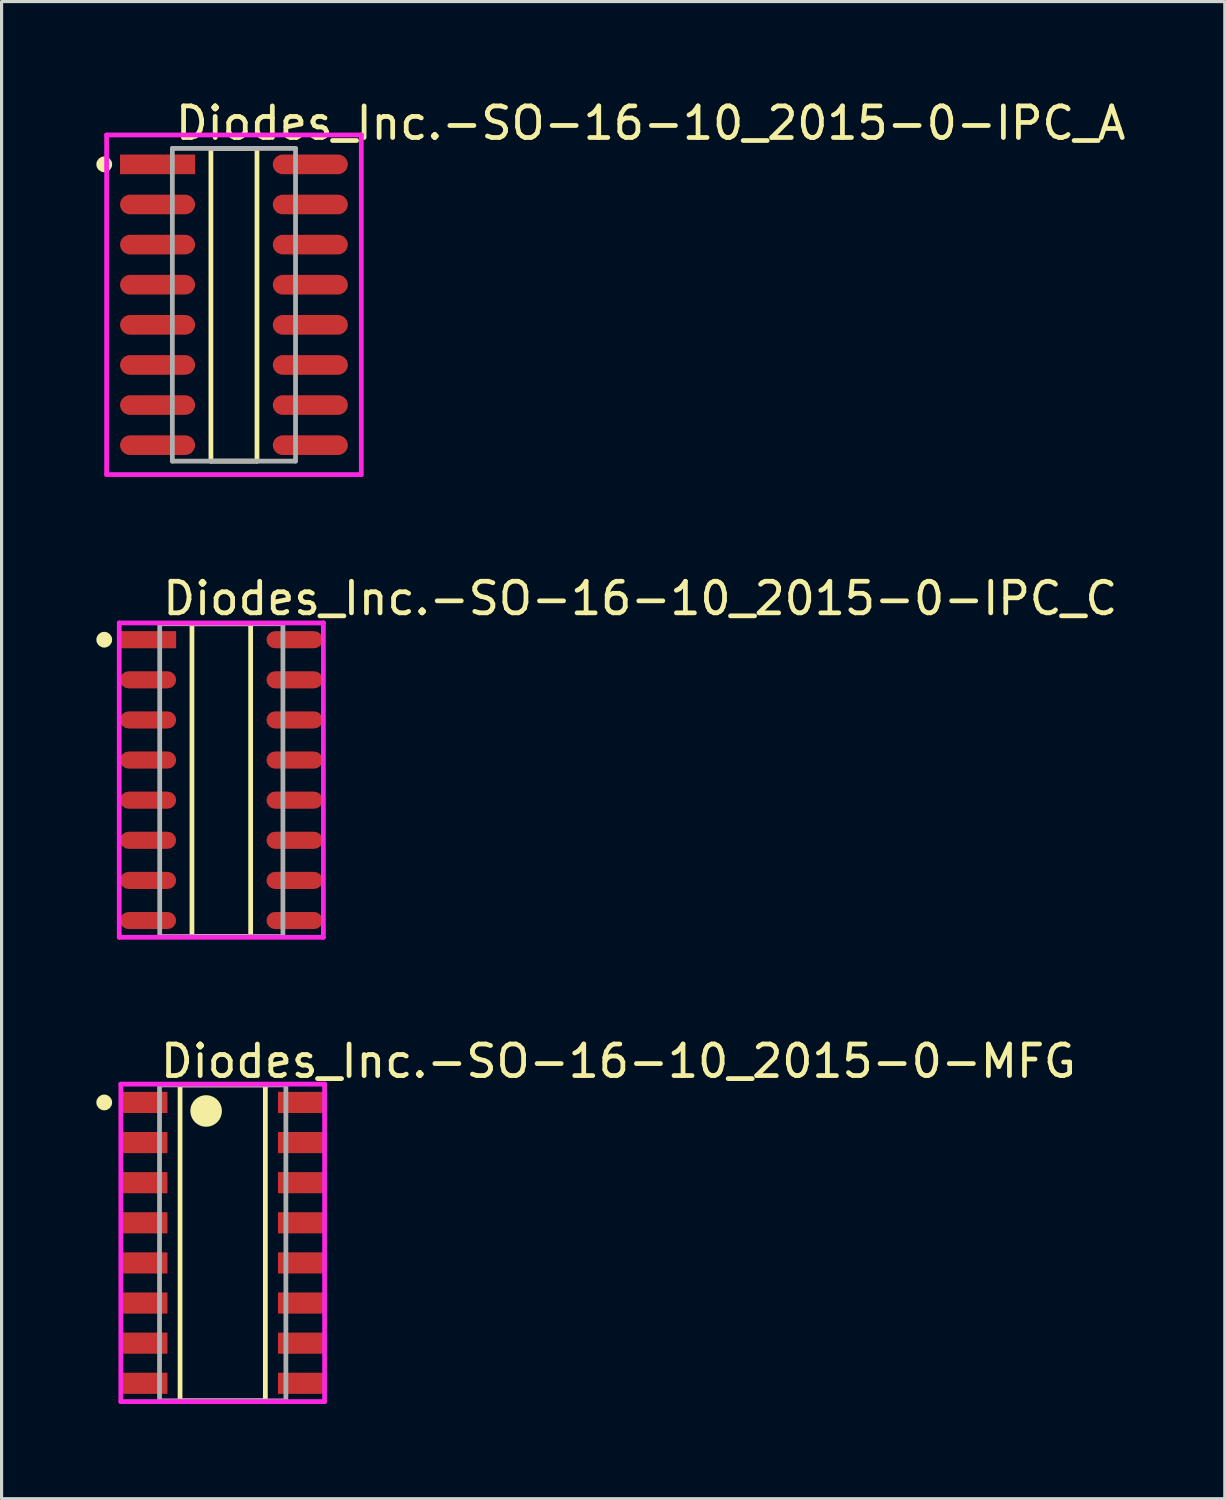
<source format=kicad_pcb>
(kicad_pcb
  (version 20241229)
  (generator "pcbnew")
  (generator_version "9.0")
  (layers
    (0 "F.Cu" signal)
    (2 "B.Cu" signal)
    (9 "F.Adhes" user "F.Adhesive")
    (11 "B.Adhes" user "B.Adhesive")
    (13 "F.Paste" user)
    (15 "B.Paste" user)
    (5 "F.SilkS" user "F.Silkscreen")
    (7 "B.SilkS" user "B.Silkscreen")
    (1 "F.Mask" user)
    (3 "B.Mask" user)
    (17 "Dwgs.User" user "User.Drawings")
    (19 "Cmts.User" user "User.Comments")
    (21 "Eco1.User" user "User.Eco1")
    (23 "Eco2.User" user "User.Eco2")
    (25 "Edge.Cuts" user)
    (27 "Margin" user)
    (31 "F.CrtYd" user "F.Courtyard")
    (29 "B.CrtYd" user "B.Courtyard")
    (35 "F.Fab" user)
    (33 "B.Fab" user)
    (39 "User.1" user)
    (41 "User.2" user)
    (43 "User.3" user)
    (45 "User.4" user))
  (footprint "Diodes_Inc.-SO-16-10_2015-0-IPC_C"
    (layer "F.Cu")
    (at 3.956 21.646)
    (property "Reference" "Diodes_Inc.-SO-16-10_2015-0-IPC_C" (at -1.931 -5.75 0) (layer "F.SilkS") (effects (font (size 1 1) (thickness 0.15)) (justify left)))
    (attr through_hole)
    (fp_line (start -0.929 -4.95) (end 0.929 -4.95) (stroke (width 0.15) (type solid)) (layer "F.SilkS"))
    (fp_line (start -0.929 4.95) (end -0.929 -4.95) (stroke (width 0.15) (type solid)) (layer "F.SilkS"))
    (fp_line (start 0.929 -4.95) (end 0.929 4.95) (stroke (width 0.15) (type solid)) (layer "F.SilkS"))
    (fp_line (start 0.929 4.95) (end -0.929 4.95) (stroke (width 0.15) (type solid)) (layer "F.SilkS"))
    (fp_circle (center -3.706 -4.445) (end -3.581 -4.445) (stroke (width 0.25) (type solid)) (fill no) (layer "F.SilkS"))
    (fp_line (start -3.231 -4.975) (end -3.231 4.975) (stroke (width 0.15) (type solid)) (layer "F.CrtYd"))
    (fp_line (start -3.231 4.975) (end 3.231 4.975) (stroke (width 0.15) (type solid)) (layer "F.CrtYd"))
    (fp_line (start 3.231 -4.975) (end -3.231 -4.975) (stroke (width 0.15) (type solid)) (layer "F.CrtYd"))
    (fp_line (start 3.231 -4.975) (end 3.231 -4.975) (stroke (width 0.15) (type solid)) (layer "F.CrtYd"))
    (fp_line (start 3.231 4.975) (end 3.231 -4.975) (stroke (width 0.15) (type solid)) (layer "F.CrtYd"))
    (fp_line (start -1.95 -4.95) (end 1.95 -4.95) (stroke (width 0.15) (type solid)) (layer "F.Fab"))
    (fp_line (start -1.95 4.95) (end -1.95 -4.95) (stroke (width 0.15) (type solid)) (layer "F.Fab"))
    (fp_line (start 1.95 -4.95) (end 1.95 4.95) (stroke (width 0.15) (type solid)) (layer "F.Fab"))
    (fp_line (start 1.95 4.95) (end -1.95 4.95) (stroke (width 0.15) (type solid)) (layer "F.Fab"))
    (pad "1" smd rect (at -2.318 -4.445) (size 1.777 0.542) (layers "F.Cu" "F.Mask" "F.Paste"))
    (pad "2" smd roundrect (at -2.318 -3.175) (size 1.777 0.542) (layers "F.Cu" "F.Mask" "F.Paste") (roundrect_rratio 0.5))
    (pad "3" smd roundrect (at -2.318 -1.905) (size 1.777 0.542) (layers "F.Cu" "F.Mask" "F.Paste") (roundrect_rratio 0.5))
    (pad "4" smd roundrect (at -2.318 -0.635) (size 1.777 0.542) (layers "F.Cu" "F.Mask" "F.Paste") (roundrect_rratio 0.5))
    (pad "5" smd roundrect (at -2.318 0.635) (size 1.777 0.542) (layers "F.Cu" "F.Mask" "F.Paste") (roundrect_rratio 0.5))
    (pad "6" smd roundrect (at -2.318 1.905) (size 1.777 0.542) (layers "F.Cu" "F.Mask" "F.Paste") (roundrect_rratio 0.5))
    (pad "7" smd roundrect (at -2.318 3.175) (size 1.777 0.542) (layers "F.Cu" "F.Mask" "F.Paste") (roundrect_rratio 0.5))
    (pad "8" smd roundrect (at -2.318 4.445) (size 1.777 0.542) (layers "F.Cu" "F.Mask" "F.Paste") (roundrect_rratio 0.5))
    (pad "9" smd roundrect (at 2.318 4.445) (size 1.777 0.542) (layers "F.Cu" "F.Mask" "F.Paste") (roundrect_rratio 0.5))
    (pad "10" smd roundrect (at 2.318 3.175) (size 1.777 0.542) (layers "F.Cu" "F.Mask" "F.Paste") (roundrect_rratio 0.5))
    (pad "11" smd roundrect (at 2.318 1.905) (size 1.777 0.542) (layers "F.Cu" "F.Mask" "F.Paste") (roundrect_rratio 0.5))
    (pad "12" smd roundrect (at 2.318 0.635) (size 1.777 0.542) (layers "F.Cu" "F.Mask" "F.Paste") (roundrect_rratio 0.5))
    (pad "13" smd roundrect (at 2.318 -0.635) (size 1.777 0.542) (layers "F.Cu" "F.Mask" "F.Paste") (roundrect_rratio 0.5))
    (pad "14" smd roundrect (at 2.318 -1.905) (size 1.777 0.542) (layers "F.Cu" "F.Mask" "F.Paste") (roundrect_rratio 0.5))
    (pad "15" smd roundrect (at 2.318 -3.175) (size 1.777 0.542) (layers "F.Cu" "F.Mask" "F.Paste") (roundrect_rratio 0.5))
    (pad "16" smd roundrect (at 2.318 -4.445) (size 1.777 0.542) (layers "F.Cu" "F.Mask" "F.Paste") (roundrect_rratio 0.5)))
  (footprint "Diodes_Inc.-SO-16-10_2015-0-IPC_A"
    (layer "F.Cu")
    (at 4.356 6.598)
    (property "Reference" "Diodes_Inc.-SO-16-10_2015-0-IPC_A" (at -1.931 -5.75 0) (layer "F.SilkS") (effects (font (size 1 1) (thickness 0.15)) (justify left)))
    (attr through_hole)
    (fp_line (start -0.729 -4.95) (end 0.729 -4.95) (stroke (width 0.15) (type solid)) (layer "F.SilkS"))
    (fp_line (start -0.729 4.95) (end -0.729 -4.95) (stroke (width 0.15) (type solid)) (layer "F.SilkS"))
    (fp_line (start 0.729 -4.95) (end 0.729 4.95) (stroke (width 0.15) (type solid)) (layer "F.SilkS"))
    (fp_line (start 0.729 4.95) (end -0.729 4.95) (stroke (width 0.15) (type solid)) (layer "F.SilkS"))
    (fp_circle (center -4.106 -4.445) (end -3.981 -4.445) (stroke (width 0.25) (type solid)) (fill no) (layer "F.SilkS"))
    (fp_line (start -4.031 -5.375) (end -4.031 5.375) (stroke (width 0.15) (type solid)) (layer "F.CrtYd"))
    (fp_line (start -4.031 5.375) (end 4.031 5.375) (stroke (width 0.15) (type solid)) (layer "F.CrtYd"))
    (fp_line (start 4.031 -5.375) (end -4.031 -5.375) (stroke (width 0.15) (type solid)) (layer "F.CrtYd"))
    (fp_line (start 4.031 -5.375) (end 4.031 -5.375) (stroke (width 0.15) (type solid)) (layer "F.CrtYd"))
    (fp_line (start 4.031 5.375) (end 4.031 -5.375) (stroke (width 0.15) (type solid)) (layer "F.CrtYd"))
    (fp_line (start -1.95 -4.95) (end 1.95 -4.95) (stroke (width 0.15) (type solid)) (layer "F.Fab"))
    (fp_line (start -1.95 4.95) (end -1.95 -4.95) (stroke (width 0.15) (type solid)) (layer "F.Fab"))
    (fp_line (start 1.95 -4.95) (end 1.95 4.95) (stroke (width 0.15) (type solid)) (layer "F.Fab"))
    (fp_line (start 1.95 4.95) (end -1.95 4.95) (stroke (width 0.15) (type solid)) (layer "F.Fab"))
    (pad "1" smd rect (at -2.418 -4.445) (size 2.377 0.622) (layers "F.Cu" "F.Mask" "F.Paste"))
    (pad "2" smd roundrect (at -2.418 -3.175) (size 2.377 0.622) (layers "F.Cu" "F.Mask" "F.Paste") (roundrect_rratio 0.5))
    (pad "3" smd roundrect (at -2.418 -1.905) (size 2.377 0.622) (layers "F.Cu" "F.Mask" "F.Paste") (roundrect_rratio 0.5))
    (pad "4" smd roundrect (at -2.418 -0.635) (size 2.377 0.622) (layers "F.Cu" "F.Mask" "F.Paste") (roundrect_rratio 0.5))
    (pad "5" smd roundrect (at -2.418 0.635) (size 2.377 0.622) (layers "F.Cu" "F.Mask" "F.Paste") (roundrect_rratio 0.5))
    (pad "6" smd roundrect (at -2.418 1.905) (size 2.377 0.622) (layers "F.Cu" "F.Mask" "F.Paste") (roundrect_rratio 0.5))
    (pad "7" smd roundrect (at -2.418 3.175) (size 2.377 0.622) (layers "F.Cu" "F.Mask" "F.Paste") (roundrect_rratio 0.5))
    (pad "8" smd roundrect (at -2.418 4.445) (size 2.377 0.622) (layers "F.Cu" "F.Mask" "F.Paste") (roundrect_rratio 0.5))
    (pad "9" smd roundrect (at 2.418 4.445) (size 2.377 0.622) (layers "F.Cu" "F.Mask" "F.Paste") (roundrect_rratio 0.5))
    (pad "10" smd roundrect (at 2.418 3.175) (size 2.377 0.622) (layers "F.Cu" "F.Mask" "F.Paste") (roundrect_rratio 0.5))
    (pad "11" smd roundrect (at 2.418 1.905) (size 2.377 0.622) (layers "F.Cu" "F.Mask" "F.Paste") (roundrect_rratio 0.5))
    (pad "12" smd roundrect (at 2.418 0.635) (size 2.377 0.622) (layers "F.Cu" "F.Mask" "F.Paste") (roundrect_rratio 0.5))
    (pad "13" smd roundrect (at 2.418 -0.635) (size 2.377 0.622) (layers "F.Cu" "F.Mask" "F.Paste") (roundrect_rratio 0.5))
    (pad "14" smd roundrect (at 2.418 -1.905) (size 2.377 0.622) (layers "F.Cu" "F.Mask" "F.Paste") (roundrect_rratio 0.5))
    (pad "15" smd roundrect (at 2.418 -3.175) (size 2.377 0.622) (layers "F.Cu" "F.Mask" "F.Paste") (roundrect_rratio 0.5))
    (pad "16" smd roundrect (at 2.418 -4.445) (size 2.377 0.622) (layers "F.Cu" "F.Mask" "F.Paste") (roundrect_rratio 0.5)))
  (footprint "Diodes_Inc.-SO-16-10_2015-0-MFG"
    (layer "F.Cu")
    (at 4 36.295)
    (property "Reference" "Diodes_Inc.-SO-16-10_2015-0-MFG" (at -2.05 -5.75 0) (layer "F.SilkS") (effects (font (size 1 1) (thickness 0.15)) (justify left)))
    (attr through_hole)
    (fp_line (start -1.35 -5) (end 1.35 -5) (stroke (width 0.15) (type solid)) (layer "F.SilkS"))
    (fp_line (start -1.35 5) (end -1.35 -5) (stroke (width 0.15) (type solid)) (layer "F.SilkS"))
    (fp_line (start -1.35 5) (end 1.35 5) (stroke (width 0.15) (type solid)) (layer "F.SilkS"))
    (fp_line (start 1.35 5) (end 1.35 -5) (stroke (width 0.15) (type solid)) (layer "F.SilkS"))
    (fp_circle (center -3.75 -4.445) (end -3.625 -4.445) (stroke (width 0.25) (type solid)) (fill no) (layer "F.SilkS"))
    (fp_circle (center -0.525 -4.175) (end -0.275 -4.175) (stroke (width 0.5) (type solid)) (fill no) (layer "F.SilkS"))
    (fp_line (start -3.225 -5.025) (end -3.225 5.025) (stroke (width 0.15) (type solid)) (layer "F.CrtYd"))
    (fp_line (start -3.225 5.025) (end 3.225 5.025) (stroke (width 0.15) (type solid)) (layer "F.CrtYd"))
    (fp_line (start 3.225 -5.025) (end -3.225 -5.025) (stroke (width 0.15) (type solid)) (layer "F.CrtYd"))
    (fp_line (start 3.225 -5.025) (end 3.225 -5.025) (stroke (width 0.15) (type solid)) (layer "F.CrtYd"))
    (fp_line (start 3.225 5.025) (end 3.225 -5.025) (stroke (width 0.15) (type solid)) (layer "F.CrtYd"))
    (fp_line (start -2 -5) (end 2 -5) (stroke (width 0.15) (type solid)) (layer "F.Fab"))
    (fp_line (start -2 5) (end -2 -5) (stroke (width 0.15) (type solid)) (layer "F.Fab"))
    (fp_line (start 2 -5) (end 2 5) (stroke (width 0.15) (type solid)) (layer "F.Fab"))
    (fp_line (start 2 5) (end -2 5) (stroke (width 0.15) (type solid)) (layer "F.Fab"))
    (pad "1" smd rect (at -2.475 -4.445) (size 1.45 0.67) (layers "F.Cu" "F.Mask" "F.Paste"))
    (pad "2" smd rect (at -2.475 -3.175) (size 1.45 0.67) (layers "F.Cu" "F.Mask" "F.Paste"))
    (pad "3" smd rect (at -2.475 -1.905) (size 1.45 0.67) (layers "F.Cu" "F.Mask" "F.Paste"))
    (pad "4" smd rect (at -2.475 -0.635) (size 1.45 0.67) (layers "F.Cu" "F.Mask" "F.Paste"))
    (pad "5" smd rect (at -2.475 0.635) (size 1.45 0.67) (layers "F.Cu" "F.Mask" "F.Paste"))
    (pad "6" smd rect (at -2.475 1.905) (size 1.45 0.67) (layers "F.Cu" "F.Mask" "F.Paste"))
    (pad "7" smd rect (at -2.475 3.175) (size 1.45 0.67) (layers "F.Cu" "F.Mask" "F.Paste"))
    (pad "8" smd rect (at -2.475 4.445) (size 1.45 0.67) (layers "F.Cu" "F.Mask" "F.Paste"))
    (pad "9" smd rect (at 2.475 4.445) (size 1.45 0.67) (layers "F.Cu" "F.Mask" "F.Paste"))
    (pad "10" smd rect (at 2.475 3.175) (size 1.45 0.67) (layers "F.Cu" "F.Mask" "F.Paste"))
    (pad "11" smd rect (at 2.475 1.905) (size 1.45 0.67) (layers "F.Cu" "F.Mask" "F.Paste"))
    (pad "12" smd rect (at 2.475 0.635) (size 1.45 0.67) (layers "F.Cu" "F.Mask" "F.Paste"))
    (pad "13" smd rect (at 2.475 -0.635) (size 1.45 0.67) (layers "F.Cu" "F.Mask" "F.Paste"))
    (pad "14" smd rect (at 2.475 -1.905) (size 1.45 0.67) (layers "F.Cu" "F.Mask" "F.Paste"))
    (pad "15" smd rect (at 2.475 -3.175) (size 1.45 0.67) (layers "F.Cu" "F.Mask" "F.Paste"))
    (pad "16" smd rect (at 2.475 -4.445) (size 1.45 0.67) (layers "F.Cu" "F.Mask" "F.Paste")))
  (gr_rect
    (start -3 -3)
    (end 35.723 44.395)
    (stroke (width 0.1) (type default))
    (fill no)
    (layer "Edge.Cuts")))
</source>
